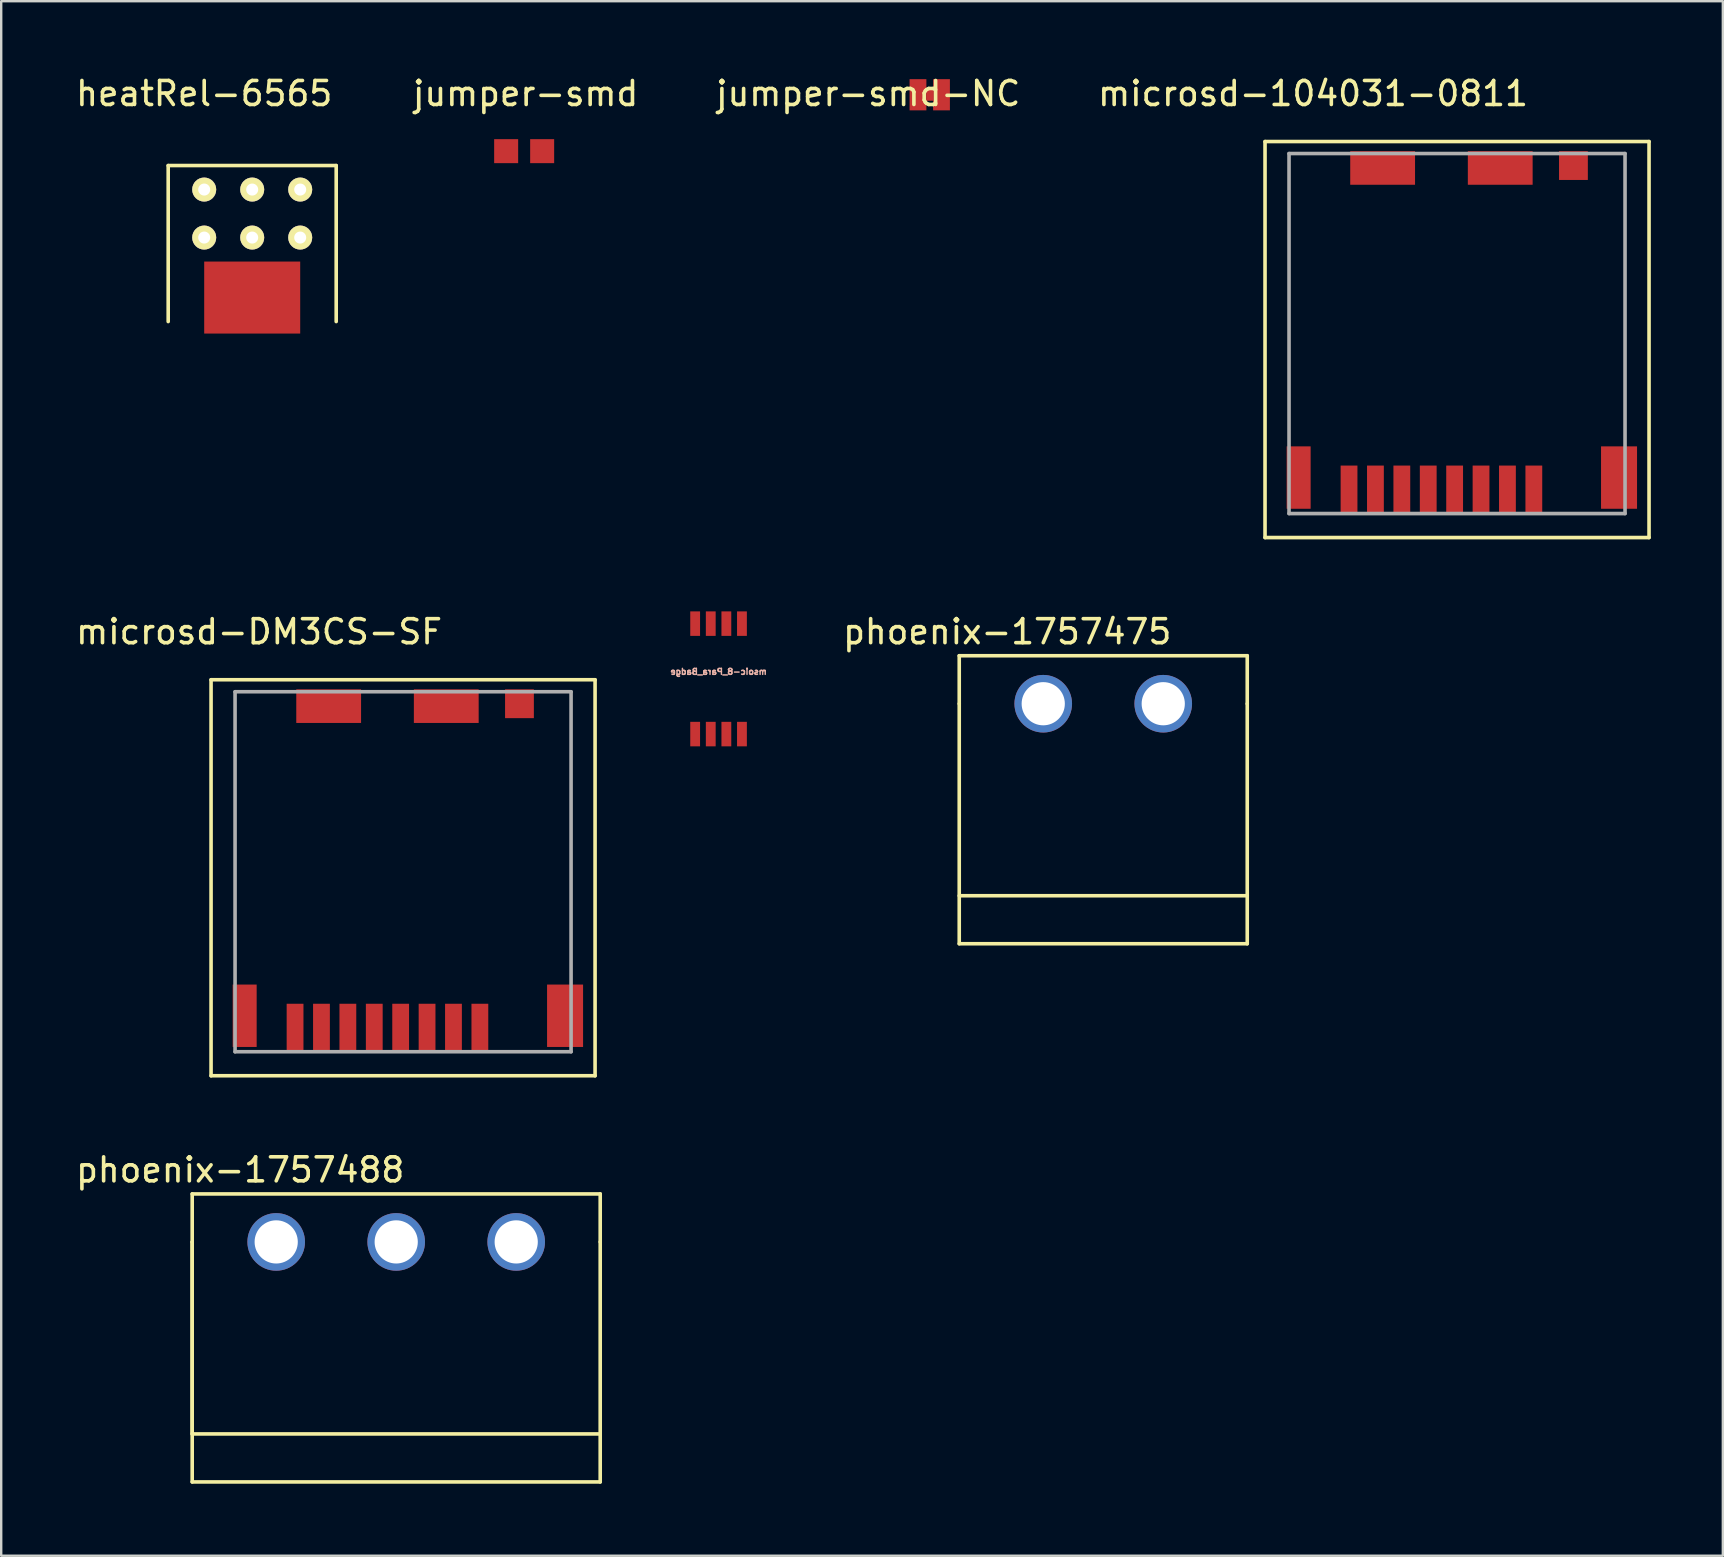
<source format=kicad_pcb>
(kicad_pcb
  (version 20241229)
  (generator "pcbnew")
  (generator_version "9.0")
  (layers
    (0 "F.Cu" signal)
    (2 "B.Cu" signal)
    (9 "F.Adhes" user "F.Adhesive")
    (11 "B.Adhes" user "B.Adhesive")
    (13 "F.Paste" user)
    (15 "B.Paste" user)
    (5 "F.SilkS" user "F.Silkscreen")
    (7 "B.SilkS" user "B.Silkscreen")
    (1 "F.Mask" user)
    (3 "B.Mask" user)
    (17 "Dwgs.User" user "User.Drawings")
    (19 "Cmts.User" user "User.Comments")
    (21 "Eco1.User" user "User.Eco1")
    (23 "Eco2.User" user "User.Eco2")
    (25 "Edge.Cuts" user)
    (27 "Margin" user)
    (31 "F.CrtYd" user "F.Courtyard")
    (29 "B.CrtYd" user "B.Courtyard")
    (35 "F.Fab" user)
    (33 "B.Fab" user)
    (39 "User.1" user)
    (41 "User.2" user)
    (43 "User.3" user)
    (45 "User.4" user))
  (footprint "phoenix-1757488"
    (layer "F.Cu")
    (at 8.458 48.695)
    (property "Reference" "phoenix-1757488" (at -1.5 -3 0) (layer "F.SilkS") (effects (font (size 1 1) (thickness 0.15))))
    (attr through_hole)
    (fp_line (start -3.5 -2) (end 13.5 -2) (stroke (width 0.15) (type solid)) (layer "F.SilkS"))
    (fp_line (start -3.5 0) (end -3.5 -2) (stroke (width 0.15) (type solid)) (layer "F.SilkS"))
    (fp_line (start -3.5 0) (end -3.5 8) (stroke (width 0.15) (type solid)) (layer "F.SilkS"))
    (fp_line (start -3.5 8) (end 13.5 8) (stroke (width 0.15) (type solid)) (layer "F.SilkS"))
    (fp_line (start -3.5 10) (end -3.5 0) (stroke (width 0.15) (type solid)) (layer "F.SilkS"))
    (fp_line (start 13.5 -2) (end 13.5 0) (stroke (width 0.15) (type solid)) (layer "F.SilkS"))
    (fp_line (start 13.5 0) (end 13.5 10) (stroke (width 0.15) (type solid)) (layer "F.SilkS"))
    (fp_line (start 13.5 10) (end -3.5 10) (stroke (width 0.15) (type solid)) (layer "F.SilkS"))
    (pad "1" thru_hole circle (at 0 0) (size 2.4 2.4) (drill 1.8) (layers "*.Cu" "*.Mask"))
    (pad "2" thru_hole circle (at 5 0) (size 2.4 2.4) (drill 1.8) (layers "*.Cu" "*.Mask"))
    (pad "3" thru_hole circle (at 10 0) (size 2.4 2.4) (drill 1.8) (layers "*.Cu" "*.Mask")))
  (footprint "jumper-smd-NC"
    (layer "F.Cu")
    (at 35.198 0.898)
    (property "Reference" "jumper-smd-NC" (at -2.075 -0.05 0) (layer "F.SilkS") (effects (font (size 1 1) (thickness 0.15))))
    (attr through_hole)
    (pad "" smd rect (at 0.49 0) (size 0.3 0.5) (layers "F.Cu" "F.Mask" "F.Paste"))
    (pad "1" smd rect (at 0 0) (size 0.7 1.3) (layers "F.Cu" "F.Mask" "F.Paste"))
    (pad "2" smd rect (at 0.98 0) (size 0.7 1.3) (layers "F.Cu" "F.Mask" "F.Paste")))
  (footprint "msoic-8_Para_Badge"
    (layer "F.Cu")
    (at 26.889 25.235)
    (property "Reference" "msoic-8_Para_Badge" (at 0 -0.3 0) (layer "B.SilkS") (effects (font (size 0.249 0.249) (thickness 0.061)) (justify mirror)))
    (attr through_hole)
    (pad "1" smd rect (at -0.975 2.301) (size 0.409 1.021) (layers "F.Cu" "F.Mask" "F.Paste"))
    (pad "2" smd rect (at -0.325 2.301) (size 0.409 1.021) (layers "F.Cu" "F.Mask" "F.Paste"))
    (pad "3" smd rect (at 0.325 2.301) (size 0.409 1.021) (layers "F.Cu" "F.Mask" "F.Paste"))
    (pad "4" smd rect (at 0.975 2.301) (size 0.409 1.021) (layers "F.Cu" "F.Mask" "F.Paste"))
    (pad "5" smd rect (at 0.975 -2.301) (size 0.409 1.021) (layers "F.Cu" "F.Mask" "F.Paste"))
    (pad "6" smd rect (at 0.325 -2.301) (size 0.409 1.021) (layers "F.Cu" "F.Mask" "F.Paste"))
    (pad "7" smd rect (at -0.325 -2.301) (size 0.409 1.021) (layers "F.Cu" "F.Mask" "F.Paste"))
    (pad "8" smd rect (at -0.975 -2.301) (size 0.409 1.021) (layers "F.Cu" "F.Mask" "F.Paste")))
  (footprint "jumper-smd"
    (layer "F.Cu")
    (at 17.549 3.748)
    (property "Reference" "jumper-smd" (at 1.3 -2.9 0) (layer "F.SilkS") (effects (font (size 1 1) (thickness 0.15))))
    (attr through_hole)
    (pad "1" smd rect (at 0.49 -0.5) (size 1 1) (layers "F.Cu" "F.Mask" "F.Paste"))
    (pad "2" smd rect (at 1.99 -0.5) (size 1 1) (layers "F.Cu" "F.Mask" "F.Paste")))
  (footprint "heatRel-6565"
    (layer "F.Cu")
    (at 7.458 10.348)
    (property "Reference" "heatRel-6565" (at -2 -9.5 0) (layer "F.SilkS") (effects (font (size 1 1) (thickness 0.15))))
    (attr through_hole)
    (fp_line (start -3.5 -6.5) (end 3.5 -6.5) (stroke (width 0.15) (type solid)) (layer "F.SilkS"))
    (fp_line (start -3.5 0) (end -3.5 -6.5) (stroke (width 0.15) (type solid)) (layer "F.SilkS"))
    (fp_line (start 3.5 -6.5) (end 3.5 0) (stroke (width 0.15) (type solid)) (layer "F.SilkS"))
    (pad "0" thru_hole circle (at -2 -5.5) (size 1 1) (drill 0.5) (layers "*.Cu" "*.Mask" "F.SilkS"))
    (pad "0" thru_hole circle (at -2 -3.5) (size 1 1) (drill 0.5) (layers "*.Cu" "*.Mask" "F.SilkS"))
    (pad "0" thru_hole circle (at 0 -5.5) (size 1 1) (drill 0.5) (layers "*.Cu" "*.Mask" "F.SilkS"))
    (pad "0" thru_hole circle (at 0 -3.5) (size 1 1) (drill 0.5) (layers "*.Cu" "*.Mask" "F.SilkS"))
    (pad "0" thru_hole circle (at 2 -5.5) (size 1 1) (drill 0.5) (layers "*.Cu" "*.Mask" "F.SilkS"))
    (pad "0" thru_hole circle (at 2 -3.5) (size 1 1) (drill 0.5) (layers "*.Cu" "*.Mask" "F.SilkS"))
    (pad "1" smd rect (at 0 -1) (size 4 3) (layers "F.Cu" "F.Mask" "F.Paste")))
  (footprint "microsd-DM3CS-SF"
    (layer "F.Cu")
    (at 13.744 39.772)
    (property "Reference" "microsd-DM3CS-SF" (at -6 -16.5 0) (layer "F.SilkS") (effects (font (size 1 1) (thickness 0.15))))
    (attr through_hole)
    (fp_line (start -8 -14.5) (end -8 2) (stroke (width 0.15) (type solid)) (layer "F.SilkS"))
    (fp_line (start -8 2) (end 8 2) (stroke (width 0.15) (type solid)) (layer "F.SilkS"))
    (fp_line (start 8 -14.5) (end -8 -14.5) (stroke (width 0.15) (type solid)) (layer "F.SilkS"))
    (fp_line (start 8 2) (end 8 -14.5) (stroke (width 0.15) (type solid)) (layer "F.SilkS"))
    (fp_line (start -7 -14) (end 7 -14) (stroke (width 0.15) (type solid)) (layer "F.Fab"))
    (fp_line (start -7 1) (end -7 -14) (stroke (width 0.15) (type solid)) (layer "F.Fab"))
    (fp_line (start 7 -14) (end 7 1) (stroke (width 0.15) (type solid)) (layer "F.Fab"))
    (fp_line (start 7 1) (end -7 1) (stroke (width 0.15) (type solid)) (layer "F.Fab"))
    (pad "1" smd rect (at 3.2 0) (size 0.7 2) (layers "F.Cu" "F.Mask" "F.Paste"))
    (pad "2" smd rect (at 2.1 0) (size 0.7 2) (layers "F.Cu" "F.Mask" "F.Paste"))
    (pad "3" smd rect (at 1 0) (size 0.7 2) (layers "F.Cu" "F.Mask" "F.Paste"))
    (pad "4" smd rect (at -0.1 0) (size 0.7 2) (layers "F.Cu" "F.Mask" "F.Paste"))
    (pad "5" smd rect (at -1.2 0) (size 0.7 2) (layers "F.Cu" "F.Mask" "F.Paste"))
    (pad "6" smd rect (at -2.3 0) (size 0.7 2) (layers "F.Cu" "F.Mask" "F.Paste"))
    (pad "7" smd rect (at -3.4 0) (size 0.7 2) (layers "F.Cu" "F.Mask" "F.Paste"))
    (pad "8" smd rect (at -4.5 0) (size 0.7 2) (layers "F.Cu" "F.Mask" "F.Paste"))
    (pad "GND" smd rect (at 6.75 -0.5) (size 1.5 2.6) (layers "F.Cu" "F.Mask" "F.Paste"))
    (pad "GND1" smd rect (at -6.6 -0.5) (size 1 2.6) (layers "F.Cu" "F.Mask" "F.Paste"))
    (pad "GND2" smd rect (at -3.1 -13.4) (size 2.7 1.4) (layers "F.Cu" "F.Mask" "F.Paste"))
    (pad "GND2" smd rect (at 1.8 -13.4) (size 2.7 1.4) (layers "F.Cu" "F.Mask" "F.Paste"))
    (pad "GND3" smd rect (at 4.85 -13.5) (size 1.2 1.2) (layers "F.Cu" "F.Mask" "F.Paste")))
  (footprint "phoenix-1757475"
    (layer "F.Cu")
    (at 40.417 26.271)
    (property "Reference" "phoenix-1757475" (at -1.5 -3 0) (layer "F.SilkS") (effects (font (size 1 1) (thickness 0.15))))
    (attr through_hole)
    (fp_line (start -3.5 -2) (end 8.5 -2) (stroke (width 0.15) (type solid)) (layer "F.SilkS"))
    (fp_line (start -3.5 0) (end -3.5 -2) (stroke (width 0.15) (type solid)) (layer "F.SilkS"))
    (fp_line (start -3.5 8) (end 8.5 8) (stroke (width 0.15) (type solid)) (layer "F.SilkS"))
    (fp_line (start -3.5 10) (end -3.5 0) (stroke (width 0.15) (type solid)) (layer "F.SilkS"))
    (fp_line (start 8.5 -2) (end 8.5 0) (stroke (width 0.15) (type solid)) (layer "F.SilkS"))
    (fp_line (start 8.5 0) (end 8.5 10) (stroke (width 0.15) (type solid)) (layer "F.SilkS"))
    (fp_line (start 8.5 10) (end -3.5 10) (stroke (width 0.15) (type solid)) (layer "F.SilkS"))
    (pad "1" thru_hole circle (at 0 0) (size 2.4 2.4) (drill 1.8) (layers "*.Cu" "*.Mask"))
    (pad "2" thru_hole circle (at 5 0) (size 2.4 2.4) (drill 1.8) (layers "*.Cu" "*.Mask")))
  (footprint "microsd-104031-0811"
    (layer "F.Cu")
    (at 57.658 17.348)
    (property "Reference" "microsd-104031-0811" (at -6 -16.5 0) (layer "F.SilkS") (effects (font (size 1 1) (thickness 0.15))))
    (attr through_hole)
    (fp_line (start -8 -14.5) (end -8 2) (stroke (width 0.15) (type solid)) (layer "F.SilkS"))
    (fp_line (start -8 2) (end 8 2) (stroke (width 0.15) (type solid)) (layer "F.SilkS"))
    (fp_line (start 8 -14.5) (end -8 -14.5) (stroke (width 0.15) (type solid)) (layer "F.SilkS"))
    (fp_line (start 8 2) (end 8 -14.5) (stroke (width 0.15) (type solid)) (layer "F.SilkS"))
    (fp_line (start -7 -14) (end 7 -14) (stroke (width 0.15) (type solid)) (layer "F.Fab"))
    (fp_line (start -7 1) (end -7 -14) (stroke (width 0.15) (type solid)) (layer "F.Fab"))
    (fp_line (start 7 -14) (end 7 1) (stroke (width 0.15) (type solid)) (layer "F.Fab"))
    (fp_line (start 7 1) (end -7 1) (stroke (width 0.15) (type solid)) (layer "F.Fab"))
    (pad "1" smd rect (at 3.2 0) (size 0.7 2) (layers "F.Cu" "F.Mask" "F.Paste"))
    (pad "2" smd rect (at 2.1 0) (size 0.7 2) (layers "F.Cu" "F.Mask" "F.Paste"))
    (pad "3" smd rect (at 1 0) (size 0.7 2) (layers "F.Cu" "F.Mask" "F.Paste"))
    (pad "4" smd rect (at -0.1 0) (size 0.7 2) (layers "F.Cu" "F.Mask" "F.Paste"))
    (pad "5" smd rect (at -1.2 0) (size 0.7 2) (layers "F.Cu" "F.Mask" "F.Paste"))
    (pad "6" smd rect (at -2.3 0) (size 0.7 2) (layers "F.Cu" "F.Mask" "F.Paste"))
    (pad "7" smd rect (at -3.4 0) (size 0.7 2) (layers "F.Cu" "F.Mask" "F.Paste"))
    (pad "8" smd rect (at -4.5 0) (size 0.7 2) (layers "F.Cu" "F.Mask" "F.Paste"))
    (pad "GND" smd rect (at 6.75 -0.5) (size 1.5 2.6) (layers "F.Cu" "F.Mask" "F.Paste"))
    (pad "GND1" smd rect (at -6.6 -0.5) (size 1 2.6) (layers "F.Cu" "F.Mask" "F.Paste"))
    (pad "GND2" smd rect (at -3.1 -13.4) (size 2.7 1.4) (layers "F.Cu" "F.Mask" "F.Paste"))
    (pad "GND2" smd rect (at 1.8 -13.4) (size 2.7 1.4) (layers "F.Cu" "F.Mask" "F.Paste"))
    (pad "GND3" smd rect (at 4.85 -13.5) (size 1.2 1.2) (layers "F.Cu" "F.Mask" "F.Paste")))
  (gr_rect
    (start -3 -3)
    (end 68.733 61.77)
    (stroke (width 0.1) (type default))
    (fill no)
    (layer "Edge.Cuts")))
</source>
